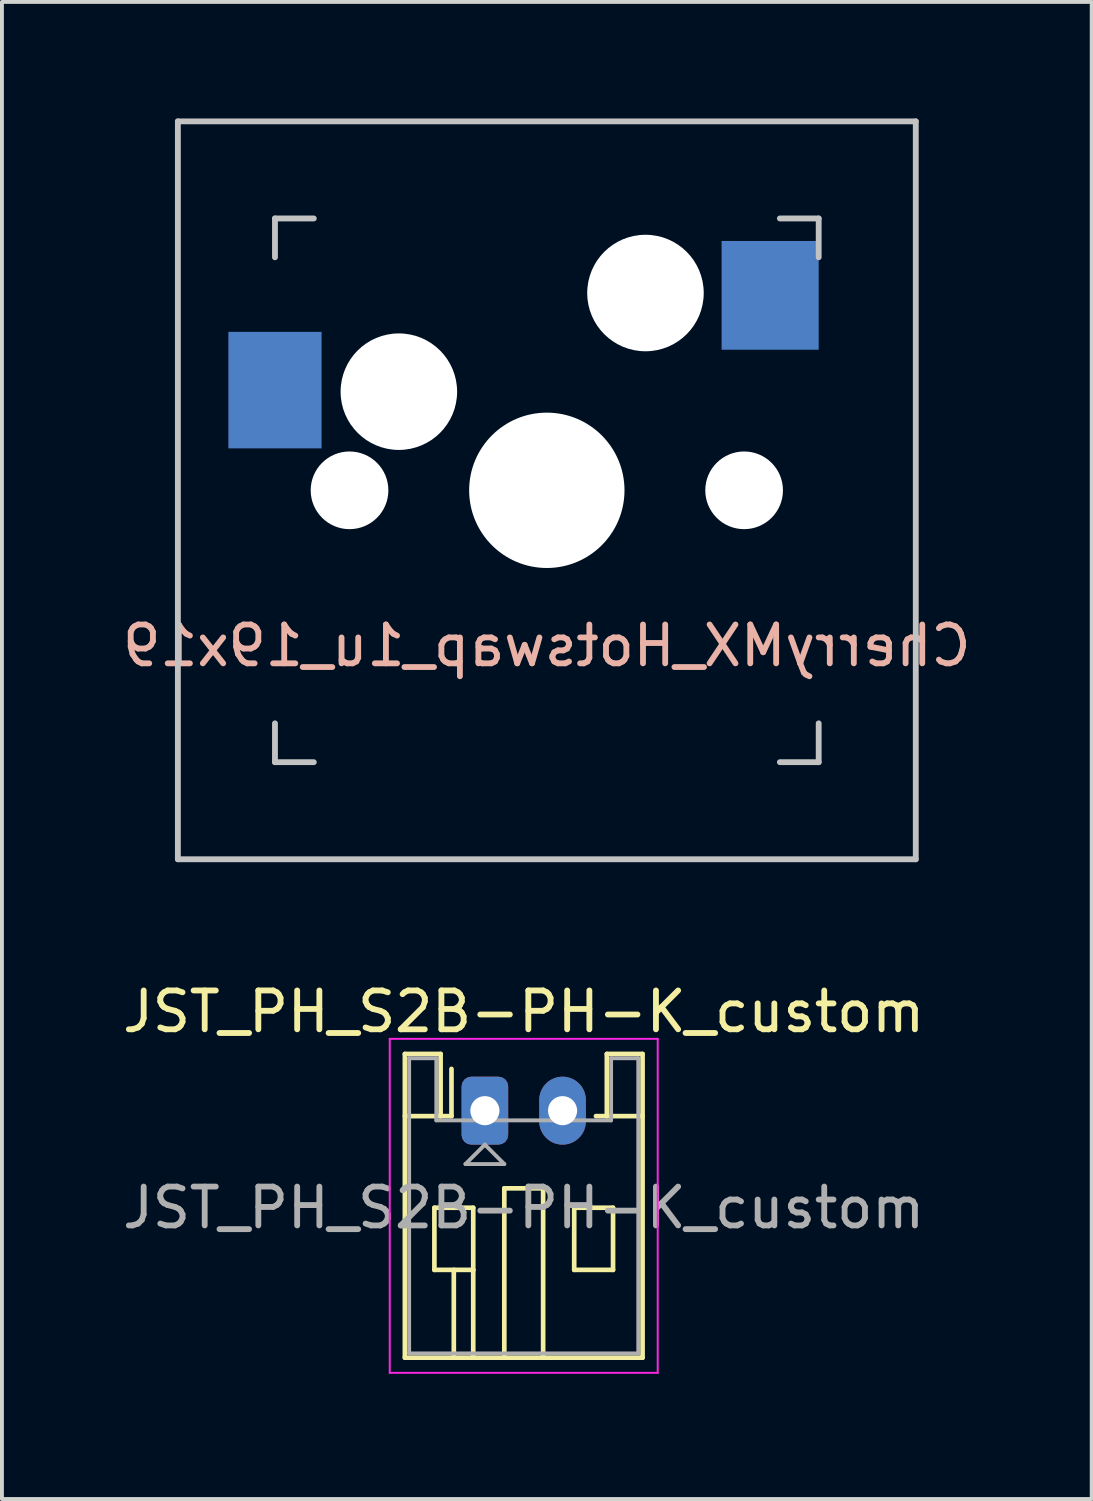
<source format=kicad_pcb>
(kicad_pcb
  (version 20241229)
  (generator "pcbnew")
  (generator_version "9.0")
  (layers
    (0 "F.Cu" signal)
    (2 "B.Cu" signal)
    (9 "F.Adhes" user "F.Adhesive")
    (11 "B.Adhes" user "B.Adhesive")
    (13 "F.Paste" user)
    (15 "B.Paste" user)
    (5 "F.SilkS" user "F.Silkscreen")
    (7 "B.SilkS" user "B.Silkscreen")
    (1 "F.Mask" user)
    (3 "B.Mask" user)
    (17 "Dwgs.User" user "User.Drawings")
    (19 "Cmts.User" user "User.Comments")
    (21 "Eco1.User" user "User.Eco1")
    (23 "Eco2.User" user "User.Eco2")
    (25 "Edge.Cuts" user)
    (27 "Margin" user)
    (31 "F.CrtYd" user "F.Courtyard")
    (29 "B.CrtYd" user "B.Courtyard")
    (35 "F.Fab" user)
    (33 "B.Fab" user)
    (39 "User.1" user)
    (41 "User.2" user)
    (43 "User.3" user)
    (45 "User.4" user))
  (footprint "CherryMX_Hotswap_1u_19x19"
    (layer "F.Cu")
    (at 11.03 9.575)
    (property "Reference" "CherryMX_Hotswap_1u_19x19" (at 0 4 0) (layer "B.SilkS") (effects (font (size 1 1) (thickness 0.15)) (justify mirror)))
    (attr smd)
    (fp_line (start -9.5 -9.5) (end 9.5 -9.5) (stroke (width 0.15) (type solid)) (layer "Dwgs.User"))
    (fp_line (start -9.5 9.5) (end -9.5 -9.5) (stroke (width 0.15) (type solid)) (layer "Dwgs.User"))
    (fp_line (start -7 -7) (end -6 -7) (stroke (width 0.15) (type solid)) (layer "Dwgs.User"))
    (fp_line (start -7 -6) (end -7 -7) (stroke (width 0.15) (type solid)) (layer "Dwgs.User"))
    (fp_line (start -7 6) (end -7 7) (stroke (width 0.15) (type solid)) (layer "Dwgs.User"))
    (fp_line (start -7 7) (end -6 7) (stroke (width 0.15) (type solid)) (layer "Dwgs.User"))
    (fp_line (start 6 7) (end 7 7) (stroke (width 0.15) (type solid)) (layer "Dwgs.User"))
    (fp_line (start 7 -7) (end 6 -7) (stroke (width 0.15) (type solid)) (layer "Dwgs.User"))
    (fp_line (start 7 -7) (end 7 -6) (stroke (width 0.15) (type solid)) (layer "Dwgs.User"))
    (fp_line (start 7 7) (end 7 6) (stroke (width 0.15) (type solid)) (layer "Dwgs.User"))
    (fp_line (start 9.5 -9.5) (end 9.5 9.5) (stroke (width 0.15) (type solid)) (layer "Dwgs.User"))
    (fp_line (start 9.5 9.5) (end -9.5 9.5) (stroke (width 0.15) (type solid)) (layer "Dwgs.User"))
    (pad "" np_thru_hole circle (at -5.08 0) (size 2 2) (drill 2) (layers "*.Cu" "*.Mask"))
    (pad "" np_thru_hole circle (at -3.81 -2.54 180) (size 3 3) (drill 3) (layers "*.Cu" "*.Mask"))
    (pad "" np_thru_hole circle (at 0 0 90) (size 4 4) (drill 4) (layers "*.Cu" "*.Mask"))
    (pad "" np_thru_hole circle (at 2.54 -5.08 180) (size 3 3) (drill 3) (layers "*.Cu" "*.Mask"))
    (pad "" np_thru_hole circle (at 5.08 0) (size 2 2) (drill 2) (layers "*.Cu" "*.Mask"))
    (pad "1" smd rect (at -7 -2.58 180) (size 2.4 3) (layers "B.Cu" "B.Mask" "B.Paste"))
    (pad "2" smd rect (at 5.7 -5.12 180) (size 2.5 2.8) (drill (offset -0.05 -0.1)) (layers "B.Cu" "B.Mask" "B.Paste")))
  (footprint "JST_PH_S2B-PH-K_custom"
    (layer "F.Cu")
    (at 10.435 32.298)
    (property "Reference" "JST_PH_S2B-PH-K_custom" (at 0 -9.3 0) (layer "F.SilkS") (effects (font (size 1 1) (thickness 0.15))))
    (attr through_hole)
    (fp_line (start -3.06 -8.21) (end -3.06 -0.39) (stroke (width 0.12) (type solid)) (layer "F.SilkS"))
    (fp_line (start -3.06 -6.61) (end -2.14 -6.61) (stroke (width 0.12) (type solid)) (layer "F.SilkS"))
    (fp_line (start -3.06 -0.39) (end 3.06 -0.39) (stroke (width 0.12) (type solid)) (layer "F.SilkS"))
    (fp_line (start -2.3 -4.25) (end -2.3 -2.65) (stroke (width 0.12) (type solid)) (layer "F.SilkS"))
    (fp_line (start -2.3 -2.65) (end -1.3 -2.65) (stroke (width 0.12) (type solid)) (layer "F.SilkS"))
    (fp_line (start -2.14 -8.21) (end -3.06 -8.21) (stroke (width 0.12) (type solid)) (layer "F.SilkS"))
    (fp_line (start -2.14 -6.61) (end -2.14 -8.21) (stroke (width 0.12) (type solid)) (layer "F.SilkS"))
    (fp_line (start -1.86 -6.61) (end -2.14 -6.61) (stroke (width 0.12) (type solid)) (layer "F.SilkS"))
    (fp_line (start -1.86 -6.61) (end -1.86 -7.825) (stroke (width 0.12) (type solid)) (layer "F.SilkS"))
    (fp_line (start -1.8 -2.65) (end -1.8 -0.39) (stroke (width 0.12) (type solid)) (layer "F.SilkS"))
    (fp_line (start -1.3 -4.25) (end -2.3 -4.25) (stroke (width 0.12) (type solid)) (layer "F.SilkS"))
    (fp_line (start -1.3 -2.65) (end -1.3 -4.25) (stroke (width 0.12) (type solid)) (layer "F.SilkS"))
    (fp_line (start -1.3 -2.65) (end -1.3 -0.39) (stroke (width 0.12) (type solid)) (layer "F.SilkS"))
    (fp_line (start -0.5 -4.75) (end 0.5 -4.75) (stroke (width 0.12) (type solid)) (layer "F.SilkS"))
    (fp_line (start -0.5 -0.39) (end -0.5 -4.75) (stroke (width 0.12) (type solid)) (layer "F.SilkS"))
    (fp_line (start 0.5 -4.75) (end 0.5 -0.39) (stroke (width 0.12) (type solid)) (layer "F.SilkS"))
    (fp_line (start 1.3 -4.25) (end 2.3 -4.25) (stroke (width 0.12) (type solid)) (layer "F.SilkS"))
    (fp_line (start 1.3 -2.65) (end 1.3 -4.25) (stroke (width 0.12) (type solid)) (layer "F.SilkS"))
    (fp_line (start 2.14 -8.21) (end 2.14 -6.61) (stroke (width 0.12) (type solid)) (layer "F.SilkS"))
    (fp_line (start 2.14 -6.61) (end 1.86 -6.61) (stroke (width 0.12) (type solid)) (layer "F.SilkS"))
    (fp_line (start 2.3 -4.25) (end 2.3 -2.65) (stroke (width 0.12) (type solid)) (layer "F.SilkS"))
    (fp_line (start 2.3 -2.65) (end 1.3 -2.65) (stroke (width 0.12) (type solid)) (layer "F.SilkS"))
    (fp_line (start 3.06 -8.21) (end 2.14 -8.21) (stroke (width 0.12) (type solid)) (layer "F.SilkS"))
    (fp_line (start 3.06 -6.61) (end 2.14 -6.61) (stroke (width 0.12) (type solid)) (layer "F.SilkS"))
    (fp_line (start 3.06 -0.39) (end 3.06 -8.21) (stroke (width 0.12) (type solid)) (layer "F.SilkS"))
    (fp_line (start -3.45 -8.6) (end -3.45 0) (stroke (width 0.05) (type solid)) (layer "F.CrtYd"))
    (fp_line (start -3.45 0) (end 3.45 0) (stroke (width 0.05) (type solid)) (layer "F.CrtYd"))
    (fp_line (start 3.45 -8.6) (end -3.45 -8.6) (stroke (width 0.05) (type solid)) (layer "F.CrtYd"))
    (fp_line (start 3.45 0) (end 3.45 -8.6) (stroke (width 0.05) (type solid)) (layer "F.CrtYd"))
    (fp_line (start -2.95 -8.1) (end -2.95 -0.5) (stroke (width 0.1) (type solid)) (layer "F.Fab"))
    (fp_line (start -2.95 -0.5) (end 2.95 -0.5) (stroke (width 0.1) (type solid)) (layer "F.Fab"))
    (fp_line (start -2.25 -8.1) (end -2.95 -8.1) (stroke (width 0.1) (type solid)) (layer "F.Fab"))
    (fp_line (start -2.25 -6.5) (end -2.25 -8.1) (stroke (width 0.1) (type solid)) (layer "F.Fab"))
    (fp_line (start -1.5 -5.375) (end -0.5 -5.375) (stroke (width 0.1) (type solid)) (layer "F.Fab"))
    (fp_line (start -1 -5.875) (end -1.5 -5.375) (stroke (width 0.1) (type solid)) (layer "F.Fab"))
    (fp_line (start -0.5 -5.375) (end -1 -5.875) (stroke (width 0.1) (type solid)) (layer "F.Fab"))
    (fp_line (start 2.25 -8.1) (end 2.25 -6.5) (stroke (width 0.1) (type solid)) (layer "F.Fab"))
    (fp_line (start 2.25 -6.5) (end -2.25 -6.5) (stroke (width 0.1) (type solid)) (layer "F.Fab"))
    (fp_line (start 2.95 -8.1) (end 2.25 -8.1) (stroke (width 0.1) (type solid)) (layer "F.Fab"))
    (fp_line (start 2.95 -0.5) (end 2.95 -8.1) (stroke (width 0.1) (type solid)) (layer "F.Fab"))
    (fp_text user "${REFERENCE}" (at 0 -4.25 0) (layer "F.Fab") (effects (font (size 1 1) (thickness 0.15))))
    (pad "1" thru_hole oval (at 1 -6.75) (size 1.2 1.75) (drill 0.75) (layers "*.Cu" "*.Mask"))
    (pad "2" thru_hole roundrect (at -1 -6.75) (size 1.2 1.75) (drill 0.75) (layers "*.Cu" "*.Mask") (roundrect_rratio 0.208)))
  (gr_rect
    (start -3 -3)
    (end 25.06 35.548)
    (stroke (width 0.1) (type default))
    (fill no)
    (layer "Edge.Cuts")))
</source>
